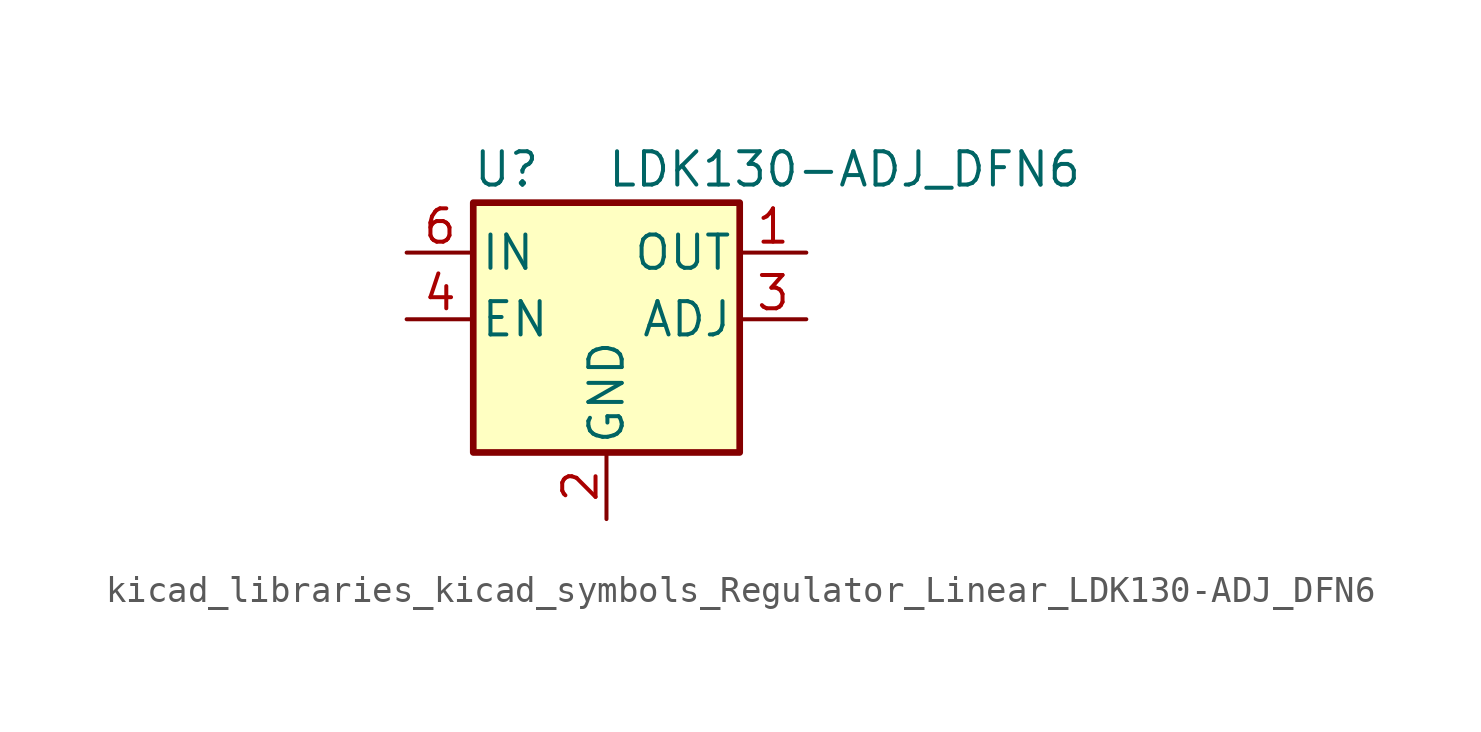
<source format=kicad_sym>
(kicad_symbol_lib
  (version 20220914)
  (generator kicad_symbol_editor)
  (symbol "kicad_libraries_kicad_symbols_Regulator_Linear_LDK130-ADJ_DFN6"
    (pin_names
      (offset 0.254))
    (property "Reference" "U"
      (at -3.81 5.715 0)
      (effects (font (size 1.27 1.27))))
    (property "Value" "LDK130-ADJ_DFN6"
      (at 0 5.715 0)
      (effects (font (size 1.27 1.27)) (justify left)))
    (symbol "kicad_libraries_kicad_symbols_Regulator_Linear_LDK130-ADJ_DFN6_0_1"
      (rectangle (start -5.08 4.445) (end 5.08 -5.08) (stroke (width 0.254) (type default)) (fill (type background))))
    (symbol "kicad_libraries_kicad_symbols_Regulator_Linear_LDK130-ADJ_DFN6_1_1"
      (pin power_out line (at 7.62 2.54 180) (length 2.54) (name "OUT" (effects (font (size 1.27 1.27)))) (number "1" (effects (font (size 1.27 1.27)))))
      (pin power_in line (at 0 -7.62 90) (length 2.54) (name "GND" (effects (font (size 1.27 1.27)))) (number "2" (effects (font (size 1.27 1.27)))))
      (pin input line (at 7.62 0 180) (length 2.54) (name "ADJ" (effects (font (size 1.27 1.27)))) (number "3" (effects (font (size 1.27 1.27)))))
      (pin input line (at -7.62 0 0) (length 2.54) (name "EN" (effects (font (size 1.27 1.27)))) (number "4" (effects (font (size 1.27 1.27)))))
      (pin no_connect line (at -5.08 -2.54 0) (length 2.54) hide (name "NC" (effects (font (size 1.27 1.27)))) (number "5" (effects (font (size 1.27 1.27)))))
      (pin power_in line (at -7.62 2.54 0) (length 2.54) (name "IN" (effects (font (size 1.27 1.27)))) (number "6" (effects (font (size 1.27 1.27))))))))
</source>
